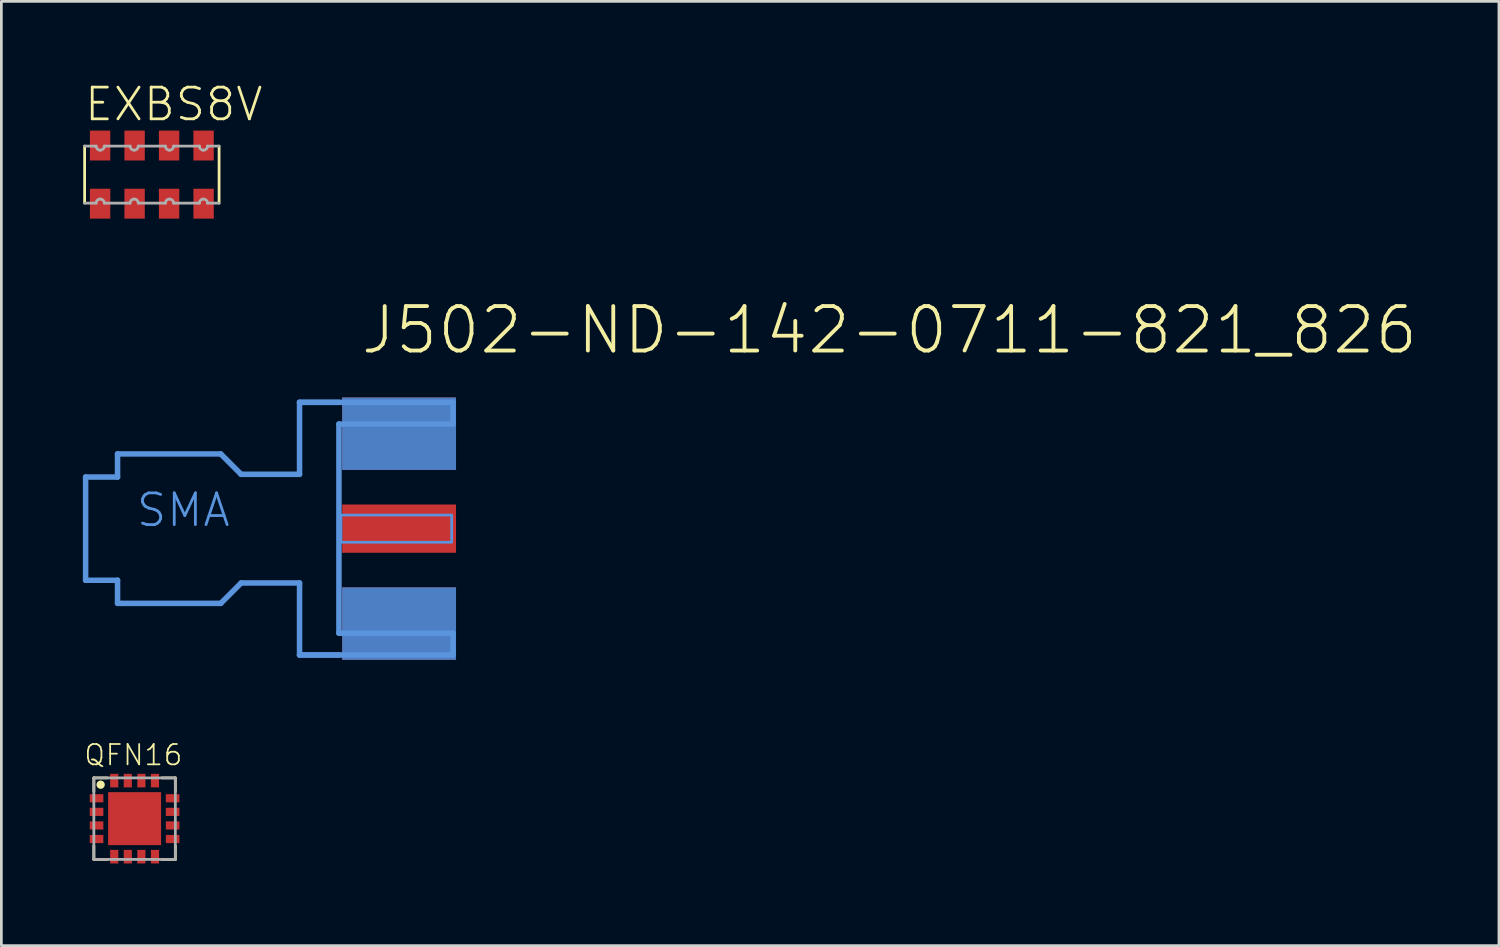
<source format=kicad_pcb>
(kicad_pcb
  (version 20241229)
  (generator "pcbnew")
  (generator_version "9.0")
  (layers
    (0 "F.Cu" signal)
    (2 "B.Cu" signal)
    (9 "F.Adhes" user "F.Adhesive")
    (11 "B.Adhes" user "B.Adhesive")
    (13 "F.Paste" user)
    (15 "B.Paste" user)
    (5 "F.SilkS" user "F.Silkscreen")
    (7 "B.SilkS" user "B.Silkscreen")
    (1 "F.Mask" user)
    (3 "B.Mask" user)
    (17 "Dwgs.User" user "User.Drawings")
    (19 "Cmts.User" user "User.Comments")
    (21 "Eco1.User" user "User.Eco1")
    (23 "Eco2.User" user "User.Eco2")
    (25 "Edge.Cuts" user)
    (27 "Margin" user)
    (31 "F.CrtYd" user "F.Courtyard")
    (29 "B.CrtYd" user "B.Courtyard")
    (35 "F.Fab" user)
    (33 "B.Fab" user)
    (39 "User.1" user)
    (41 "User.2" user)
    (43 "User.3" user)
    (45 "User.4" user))
  (footprint "J502-ND-142-0711-821_826"
    (layer "F.Cu")
    (at 9.527 16.411)
    (property "Reference" "J502-ND-142-0711-821_826" (at 0.635 -6.35 0) (layer "F.SilkS") (effects (font (size 1.636 1.636) (thickness 0.142)) (justify left bottom)))
    (fp_line (start -9.425 -1.9) (end -8.25 -1.9) (stroke (width 0.203) (type solid)) (layer "Cmts.User"))
    (fp_line (start -9.425 1.9) (end -9.425 -1.9) (stroke (width 0.203) (type solid)) (layer "Cmts.User"))
    (fp_line (start -8.25 -2.75) (end -4.45 -2.75) (stroke (width 0.203) (type solid)) (layer "Cmts.User"))
    (fp_line (start -8.25 -1.9) (end -8.25 -2.75) (stroke (width 0.203) (type solid)) (layer "Cmts.User"))
    (fp_line (start -8.25 1.9) (end -9.425 1.9) (stroke (width 0.203) (type solid)) (layer "Cmts.User"))
    (fp_line (start -8.25 2.75) (end -8.25 1.9) (stroke (width 0.203) (type solid)) (layer "Cmts.User"))
    (fp_line (start -4.45 -2.75) (end -3.7 -2) (stroke (width 0.203) (type solid)) (layer "Cmts.User"))
    (fp_line (start -4.45 2.75) (end -8.25 2.75) (stroke (width 0.203) (type solid)) (layer "Cmts.User"))
    (fp_line (start -3.7 -2) (end -1.55 -2) (stroke (width 0.203) (type solid)) (layer "Cmts.User"))
    (fp_line (start -3.7 2) (end -4.45 2.75) (stroke (width 0.203) (type solid)) (layer "Cmts.User"))
    (fp_line (start -1.55 -4.65) (end -0.1 -4.65) (stroke (width 0.203) (type solid)) (layer "Cmts.User"))
    (fp_line (start -1.55 -4.65) (end 4.1 -4.65) (stroke (width 0.203) (type solid)) (layer "Cmts.User"))
    (fp_line (start -1.55 -2) (end -1.55 -4.65) (stroke (width 0.203) (type solid)) (layer "Cmts.User"))
    (fp_line (start -1.55 2) (end -3.7 2) (stroke (width 0.203) (type solid)) (layer "Cmts.User"))
    (fp_line (start -1.55 4.65) (end -1.55 2) (stroke (width 0.203) (type solid)) (layer "Cmts.User"))
    (fp_line (start -0.1 -3.85) (end 4.1 -3.85) (stroke (width 0.203) (type solid)) (layer "Cmts.User"))
    (fp_line (start -0.1 3.85) (end -0.1 -3.85) (stroke (width 0.203) (type solid)) (layer "Cmts.User"))
    (fp_line (start -0.1 4.65) (end -1.55 4.65) (stroke (width 0.203) (type solid)) (layer "Cmts.User"))
    (fp_line (start 4.1 -3.85) (end 4.1 -4.65) (stroke (width 0.203) (type solid)) (layer "Cmts.User"))
    (fp_line (start 4.1 3.85) (end -0.1 3.85) (stroke (width 0.203) (type solid)) (layer "Cmts.User"))
    (fp_line (start 4.1 4.65) (end -1.55 4.65) (stroke (width 0.203) (type solid)) (layer "Cmts.User"))
    (fp_line (start 4.1 4.65) (end 4.1 3.85) (stroke (width 0.203) (type solid)) (layer "Cmts.User"))
    (fp_poly (pts (xy -0.025 0.5) (xy 4.05 0.5) (xy 4.05 -0.5) (xy -0.025 -0.5)) (stroke (width 0.1) (type default)) (fill no) (layer "Cmts.User"))
    (fp_text user "SMA" (at -7.62 0 0) (layer "Cmts.User") (effects (font (size 1.168 1.168) (thickness 0.102)) (justify left bottom)))
    (pad "1" smd rect (at 2.115 0) (size 4.191 1.778) (layers "F.Cu" "F.Mask"))
    (pad "G@1" smd rect (at 2.115 -3.495) (size 4.191 2.667) (layers "F.Cu" "F.Mask"))
    (pad "G@2" smd rect (at 2.115 3.495) (size 4.191 2.667) (layers "F.Cu" "F.Mask"))
    (pad "G@3" smd rect (at 2.115 -3.495) (size 4.191 2.667) (layers "B.Cu" "B.Mask"))
    (pad "G@4" smd rect (at 2.115 3.495) (size 4.191 2.667) (layers "B.Cu" "B.Mask")))
  (footprint "QFN16"
    (layer "F.Cu")
    (at 1.905 27.087)
    (property "Reference" "QFN16" (at -1.905 -1.905 0) (layer "F.SilkS") (effects (font (size 0.748 0.748) (thickness 0.065)) (justify left bottom)))
    (fp_poly (pts (xy -1.675 -0.575) (xy -1.125 -0.575) (xy -1.125 -0.925) (xy -1.675 -0.925)) (stroke (width 0) (type default)) (fill yes) (layer "F.Mask"))
    (fp_poly (pts (xy -1.675 -0.075) (xy -1.125 -0.075) (xy -1.125 -0.425) (xy -1.675 -0.425)) (stroke (width 0) (type default)) (fill yes) (layer "F.Mask"))
    (fp_poly (pts (xy -1.675 0.425) (xy -1.125 0.425) (xy -1.125 0.075) (xy -1.675 0.075)) (stroke (width 0) (type default)) (fill yes) (layer "F.Mask"))
    (fp_poly (pts (xy -1.675 0.925) (xy -1.125 0.925) (xy -1.125 0.575) (xy -1.675 0.575)) (stroke (width 0) (type default)) (fill yes) (layer "F.Mask"))
    (fp_poly (pts (xy -1 1) (xy 1 1) (xy 1 -1) (xy -1 -1)) (stroke (width 0) (type default)) (fill yes) (layer "F.Mask"))
    (fp_poly (pts (xy -0.925 -1.675) (xy -0.925 -1.125) (xy -0.575 -1.125) (xy -0.575 -1.675)) (stroke (width 0) (type default)) (fill yes) (layer "F.Mask"))
    (fp_poly (pts (xy -0.575 1.675) (xy -0.575 1.125) (xy -0.925 1.125) (xy -0.925 1.675)) (stroke (width 0) (type default)) (fill yes) (layer "F.Mask"))
    (fp_poly (pts (xy -0.425 -1.675) (xy -0.425 -1.125) (xy -0.075 -1.125) (xy -0.075 -1.675)) (stroke (width 0) (type default)) (fill yes) (layer "F.Mask"))
    (fp_poly (pts (xy -0.075 1.675) (xy -0.075 1.125) (xy -0.425 1.125) (xy -0.425 1.675)) (stroke (width 0) (type default)) (fill yes) (layer "F.Mask"))
    (fp_poly (pts (xy 0.075 -1.675) (xy 0.075 -1.125) (xy 0.425 -1.125) (xy 0.425 -1.675)) (stroke (width 0) (type default)) (fill yes) (layer "F.Mask"))
    (fp_poly (pts (xy 0.425 1.675) (xy 0.425 1.125) (xy 0.075 1.125) (xy 0.075 1.675)) (stroke (width 0) (type default)) (fill yes) (layer "F.Mask"))
    (fp_poly (pts (xy 0.575 -1.675) (xy 0.575 -1.125) (xy 0.925 -1.125) (xy 0.925 -1.675)) (stroke (width 0) (type default)) (fill yes) (layer "F.Mask"))
    (fp_poly (pts (xy 0.925 1.675) (xy 0.925 1.125) (xy 0.575 1.125) (xy 0.575 1.675)) (stroke (width 0) (type default)) (fill yes) (layer "F.Mask"))
    (fp_poly (pts (xy 1.675 -0.925) (xy 1.125 -0.925) (xy 1.125 -0.575) (xy 1.675 -0.575)) (stroke (width 0) (type default)) (fill yes) (layer "F.Mask"))
    (fp_poly (pts (xy 1.675 -0.425) (xy 1.125 -0.425) (xy 1.125 -0.075) (xy 1.675 -0.075)) (stroke (width 0) (type default)) (fill yes) (layer "F.Mask"))
    (fp_poly (pts (xy 1.675 0.075) (xy 1.125 0.075) (xy 1.125 0.425) (xy 1.675 0.425)) (stroke (width 0) (type default)) (fill yes) (layer "F.Mask"))
    (fp_poly (pts (xy 1.675 0.575) (xy 1.125 0.575) (xy 1.125 0.925) (xy 1.675 0.925)) (stroke (width 0) (type default)) (fill yes) (layer "F.Mask"))
    (fp_line (start -1.5 -1.5) (end -1 -1.5) (stroke (width 0.102) (type solid)) (layer "F.SilkS"))
    (fp_line (start -1.5 -1) (end -1.5 -1.5) (stroke (width 0.102) (type solid)) (layer "F.SilkS"))
    (fp_line (start -1.5 1.5) (end -1.5 1) (stroke (width 0.102) (type solid)) (layer "F.SilkS"))
    (fp_line (start -1 1.5) (end -1.5 1.5) (stroke (width 0.102) (type solid)) (layer "F.SilkS"))
    (fp_line (start 1 -1.5) (end 1.5 -1.5) (stroke (width 0.102) (type solid)) (layer "F.SilkS"))
    (fp_line (start 1.5 -1.5) (end 1.5 -1) (stroke (width 0.102) (type solid)) (layer "F.SilkS"))
    (fp_line (start 1.5 1) (end 1.5 1.5) (stroke (width 0.102) (type solid)) (layer "F.SilkS"))
    (fp_line (start 1.5 1.5) (end 1 1.5) (stroke (width 0.102) (type solid)) (layer "F.SilkS"))
    (fp_circle (center -1.25 -1.25) (end -1.174 -1.25) (stroke (width 0.152) (type solid)) (fill yes) (layer "F.SilkS"))
    (fp_poly (pts (xy -1.6 -0.625) (xy -1.175 -0.625) (xy -1.175 -0.875) (xy -1.6 -0.875)) (stroke (width 0) (type default)) (fill yes) (layer "F.Paste"))
    (fp_poly (pts (xy -1.6 -0.125) (xy -1.175 -0.125) (xy -1.175 -0.375) (xy -1.6 -0.375)) (stroke (width 0) (type default)) (fill yes) (layer "F.Paste"))
    (fp_poly (pts (xy -1.6 0.375) (xy -1.175 0.375) (xy -1.175 0.125) (xy -1.6 0.125)) (stroke (width 0) (type default)) (fill yes) (layer "F.Paste"))
    (fp_poly (pts (xy -1.6 0.875) (xy -1.175 0.875) (xy -1.175 0.625) (xy -1.6 0.625)) (stroke (width 0) (type default)) (fill yes) (layer "F.Paste"))
    (fp_poly (pts (xy -0.925 0.925) (xy 0.925 0.925) (xy 0.925 -0.925) (xy -0.925 -0.925)) (stroke (width 0) (type default)) (fill yes) (layer "F.Paste"))
    (fp_poly (pts (xy -0.875 -1.6) (xy -0.875 -1.175) (xy -0.625 -1.175) (xy -0.625 -1.6)) (stroke (width 0) (type default)) (fill yes) (layer "F.Paste"))
    (fp_poly (pts (xy -0.625 1.6) (xy -0.625 1.175) (xy -0.875 1.175) (xy -0.875 1.6)) (stroke (width 0) (type default)) (fill yes) (layer "F.Paste"))
    (fp_poly (pts (xy -0.375 -1.6) (xy -0.375 -1.175) (xy -0.125 -1.175) (xy -0.125 -1.6)) (stroke (width 0) (type default)) (fill yes) (layer "F.Paste"))
    (fp_poly (pts (xy -0.125 1.6) (xy -0.125 1.175) (xy -0.375 1.175) (xy -0.375 1.6)) (stroke (width 0) (type default)) (fill yes) (layer "F.Paste"))
    (fp_poly (pts (xy 0.125 -1.6) (xy 0.125 -1.175) (xy 0.375 -1.175) (xy 0.375 -1.6)) (stroke (width 0) (type default)) (fill yes) (layer "F.Paste"))
    (fp_poly (pts (xy 0.375 1.6) (xy 0.375 1.175) (xy 0.125 1.175) (xy 0.125 1.6)) (stroke (width 0) (type default)) (fill yes) (layer "F.Paste"))
    (fp_poly (pts (xy 0.625 -1.6) (xy 0.625 -1.175) (xy 0.875 -1.175) (xy 0.875 -1.6)) (stroke (width 0) (type default)) (fill yes) (layer "F.Paste"))
    (fp_poly (pts (xy 0.875 1.6) (xy 0.875 1.175) (xy 0.625 1.175) (xy 0.625 1.6)) (stroke (width 0) (type default)) (fill yes) (layer "F.Paste"))
    (fp_poly (pts (xy 1.6 -0.875) (xy 1.175 -0.875) (xy 1.175 -0.625) (xy 1.6 -0.625)) (stroke (width 0) (type default)) (fill yes) (layer "F.Paste"))
    (fp_poly (pts (xy 1.6 -0.375) (xy 1.175 -0.375) (xy 1.175 -0.125) (xy 1.6 -0.125)) (stroke (width 0) (type default)) (fill yes) (layer "F.Paste"))
    (fp_poly (pts (xy 1.6 0.125) (xy 1.175 0.125) (xy 1.175 0.375) (xy 1.6 0.375)) (stroke (width 0) (type default)) (fill yes) (layer "F.Paste"))
    (fp_poly (pts (xy 1.6 0.625) (xy 1.175 0.625) (xy 1.175 0.875) (xy 1.6 0.875)) (stroke (width 0) (type default)) (fill yes) (layer "F.Paste"))
    (fp_line (start -1.5 -1.5) (end 1.5 -1.5) (stroke (width 0.102) (type solid)) (layer "F.Fab"))
    (fp_line (start -1.5 1.5) (end -1.5 -1.5) (stroke (width 0.102) (type solid)) (layer "F.Fab"))
    (fp_line (start 1.5 -1.5) (end 1.5 1.5) (stroke (width 0.102) (type solid)) (layer "F.Fab"))
    (fp_line (start 1.5 1.5) (end -1.5 1.5) (stroke (width 0.102) (type solid)) (layer "F.Fab"))
    (pad "1" smd rect (at -1.4 -0.75) (size 0.5 0.3) (layers "F.Cu"))
    (pad "2" smd rect (at -1.4 -0.25) (size 0.5 0.3) (layers "F.Cu"))
    (pad "3" smd rect (at -1.4 0.25) (size 0.5 0.3) (layers "F.Cu"))
    (pad "4" smd rect (at -1.4 0.75) (size 0.5 0.3) (layers "F.Cu"))
    (pad "5" smd rect (at -0.75 1.4 90) (size 0.5 0.3) (layers "F.Cu"))
    (pad "6" smd rect (at -0.25 1.4 90) (size 0.5 0.3) (layers "F.Cu"))
    (pad "7" smd rect (at 0.25 1.4 90) (size 0.5 0.3) (layers "F.Cu"))
    (pad "8" smd rect (at 0.75 1.4 90) (size 0.5 0.3) (layers "F.Cu"))
    (pad "9" smd rect (at 1.4 0.75 180) (size 0.5 0.3) (layers "F.Cu"))
    (pad "10" smd rect (at 1.4 0.25 180) (size 0.5 0.3) (layers "F.Cu"))
    (pad "11" smd rect (at 1.4 -0.25 180) (size 0.5 0.3) (layers "F.Cu"))
    (pad "12" smd rect (at 1.4 -0.75 180) (size 0.5 0.3) (layers "F.Cu"))
    (pad "13" smd rect (at 0.75 -1.4 270) (size 0.5 0.3) (layers "F.Cu"))
    (pad "14" smd rect (at 0.25 -1.4 270) (size 0.5 0.3) (layers "F.Cu"))
    (pad "15" smd rect (at -0.25 -1.4 270) (size 0.5 0.3) (layers "F.Cu"))
    (pad "16" smd rect (at -0.75 -1.4 270) (size 0.5 0.3) (layers "F.Cu"))
    (pad "EXP" smd rect (at 0 0) (size 1.95 1.95) (layers "F.Cu")))
  (footprint "EXBS8V"
    (layer "F.Cu")
    (at 2.54 3.378)
    (property "Reference" "EXBS8V" (at -2.54 -1.905 0) (layer "F.SilkS") (effects (font (size 1.168 1.168) (thickness 0.102)) (justify left bottom)))
    (fp_line (start -2.475 1.05) (end -2.475 -1.05) (stroke (width 0.102) (type solid)) (layer "F.SilkS"))
    (fp_line (start 2.475 -1.05) (end 2.475 1.05) (stroke (width 0.102) (type solid)) (layer "F.SilkS"))
    (fp_line (start -2.475 -1.05) (end -2.05 -1.05) (stroke (width 0.102) (type solid)) (layer "F.Fab"))
    (fp_line (start -2.05 1.05) (end -2.475 1.05) (stroke (width 0.102) (type solid)) (layer "F.Fab"))
    (fp_line (start -1.75 -1.05) (end -0.8 -1.05) (stroke (width 0.102) (type solid)) (layer "F.Fab"))
    (fp_line (start -0.8 1.05) (end -1.75 1.05) (stroke (width 0.102) (type solid)) (layer "F.Fab"))
    (fp_line (start -0.5 -1.05) (end 0.5 -1.05) (stroke (width 0.102) (type solid)) (layer "F.Fab"))
    (fp_line (start 0.5 1.05) (end -0.5 1.05) (stroke (width 0.102) (type solid)) (layer "F.Fab"))
    (fp_line (start 0.8 -1.05) (end 1.75 -1.05) (stroke (width 0.102) (type solid)) (layer "F.Fab"))
    (fp_line (start 1.75 1.05) (end 0.8 1.05) (stroke (width 0.102) (type solid)) (layer "F.Fab"))
    (fp_line (start 2.05 -1.05) (end 2.475 -1.05) (stroke (width 0.102) (type solid)) (layer "F.Fab"))
    (fp_line (start 2.475 1.05) (end 2.05 1.05) (stroke (width 0.102) (type solid)) (layer "F.Fab"))
    (fp_arc (start -2.05 1.05) (mid -2.006066 0.943934) (end -1.9 0.9) (stroke (width 0.1016) (type solid)) (layer "F.Fab"))
    (fp_arc (start -1.9 -0.9) (mid -2.006066 -0.943934) (end -2.05 -1.05) (stroke (width 0.1016) (type solid)) (layer "F.Fab"))
    (fp_arc (start -1.9 0.9) (mid -1.793934 0.943934) (end -1.75 1.05) (stroke (width 0.1016) (type solid)) (layer "F.Fab"))
    (fp_arc (start -1.75 -1.05) (mid -1.793934 -0.943934) (end -1.9 -0.9) (stroke (width 0.1016) (type solid)) (layer "F.Fab"))
    (fp_arc (start -0.8 1.05) (mid -0.756066 0.943934) (end -0.65 0.9) (stroke (width 0.1016) (type solid)) (layer "F.Fab"))
    (fp_arc (start -0.65 -0.9) (mid -0.756066 -0.943934) (end -0.8 -1.05) (stroke (width 0.1016) (type solid)) (layer "F.Fab"))
    (fp_arc (start -0.65 0.9) (mid -0.543934 0.943934) (end -0.5 1.05) (stroke (width 0.1016) (type solid)) (layer "F.Fab"))
    (fp_arc (start -0.5 -1.05) (mid -0.543934 -0.943934) (end -0.65 -0.9) (stroke (width 0.1016) (type solid)) (layer "F.Fab"))
    (fp_arc (start 0.5 1.05) (mid 0.543934 0.943934) (end 0.65 0.9) (stroke (width 0.1016) (type solid)) (layer "F.Fab"))
    (fp_arc (start 0.65 -0.9) (mid 0.543934 -0.943934) (end 0.5 -1.05) (stroke (width 0.1016) (type solid)) (layer "F.Fab"))
    (fp_arc (start 0.65 0.9) (mid 0.756066 0.943934) (end 0.8 1.05) (stroke (width 0.1016) (type solid)) (layer "F.Fab"))
    (fp_arc (start 0.8 -1.05) (mid 0.756066 -0.943934) (end 0.65 -0.9) (stroke (width 0.1016) (type solid)) (layer "F.Fab"))
    (fp_arc (start 1.75 1.05) (mid 1.793934 0.943934) (end 1.9 0.9) (stroke (width 0.1016) (type solid)) (layer "F.Fab"))
    (fp_arc (start 1.9 -0.9) (mid 1.793934 -0.943934) (end 1.75 -1.05) (stroke (width 0.1016) (type solid)) (layer "F.Fab"))
    (fp_arc (start 1.9 0.9) (mid 2.006066 0.943934) (end 2.05 1.05) (stroke (width 0.1016) (type solid)) (layer "F.Fab"))
    (fp_arc (start 2.05 -1.05) (mid 2.006066 -0.943934) (end 1.9 -0.9) (stroke (width 0.1016) (type solid)) (layer "F.Fab"))
    (pad "1" smd rect (at -1.905 1.07) (size 0.75 1.1) (layers "F.Cu" "F.Mask" "F.Paste"))
    (pad "2" smd rect (at -0.635 1.07) (size 0.75 1.1) (layers "F.Cu" "F.Mask" "F.Paste"))
    (pad "3" smd rect (at 0.635 1.07) (size 0.75 1.1) (layers "F.Cu" "F.Mask" "F.Paste"))
    (pad "4" smd rect (at 1.905 1.07) (size 0.75 1.1) (layers "F.Cu" "F.Mask" "F.Paste"))
    (pad "5" smd rect (at 1.905 -1.07 180) (size 0.75 1.1) (layers "F.Cu" "F.Mask" "F.Paste"))
    (pad "6" smd rect (at 0.635 -1.07 180) (size 0.75 1.1) (layers "F.Cu" "F.Mask" "F.Paste"))
    (pad "7" smd rect (at -0.635 -1.07 180) (size 0.75 1.1) (layers "F.Cu" "F.Mask" "F.Paste"))
    (pad "8" smd rect (at -1.905 -1.07 180) (size 0.75 1.1) (layers "F.Cu" "F.Mask" "F.Paste")))
  (gr_rect
    (start -3 -3)
    (end 52.13 31.762)
    (stroke (width 0.1) (type default))
    (fill no)
    (layer "Edge.Cuts")))
</source>
